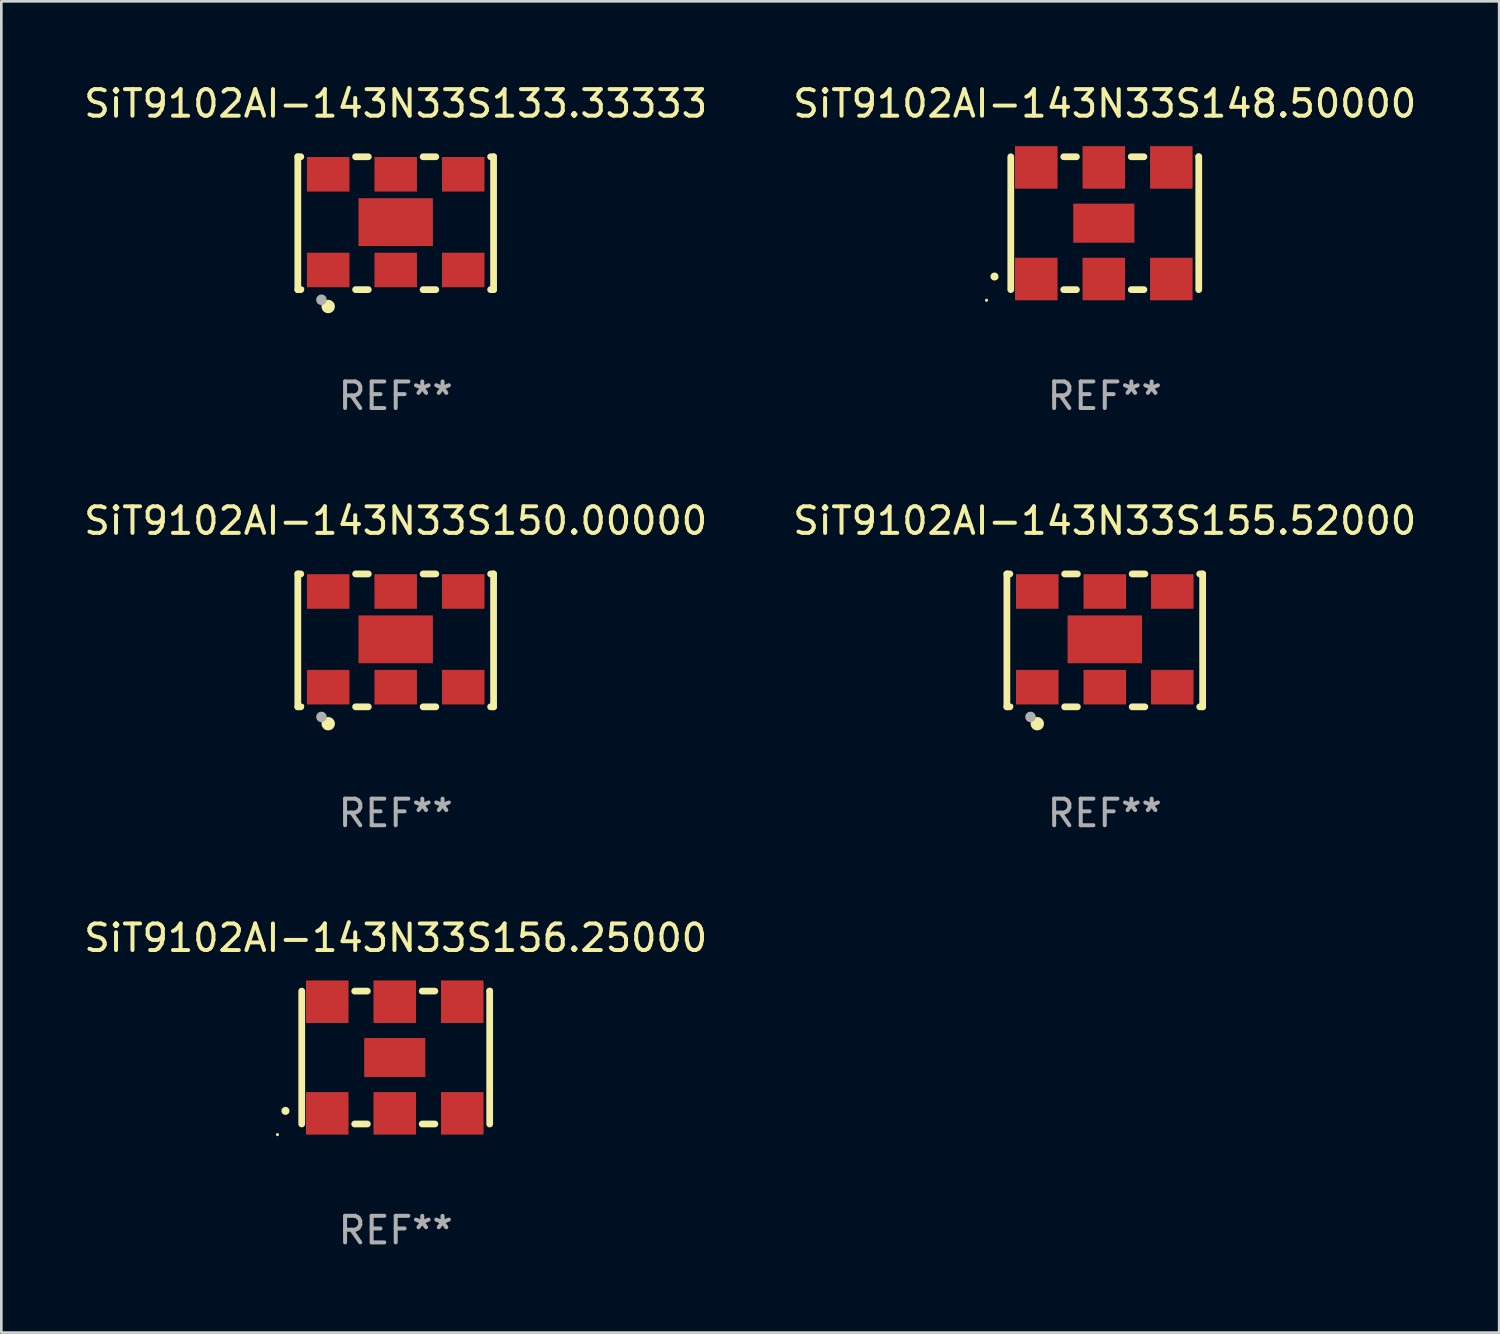
<source format=kicad_pcb>
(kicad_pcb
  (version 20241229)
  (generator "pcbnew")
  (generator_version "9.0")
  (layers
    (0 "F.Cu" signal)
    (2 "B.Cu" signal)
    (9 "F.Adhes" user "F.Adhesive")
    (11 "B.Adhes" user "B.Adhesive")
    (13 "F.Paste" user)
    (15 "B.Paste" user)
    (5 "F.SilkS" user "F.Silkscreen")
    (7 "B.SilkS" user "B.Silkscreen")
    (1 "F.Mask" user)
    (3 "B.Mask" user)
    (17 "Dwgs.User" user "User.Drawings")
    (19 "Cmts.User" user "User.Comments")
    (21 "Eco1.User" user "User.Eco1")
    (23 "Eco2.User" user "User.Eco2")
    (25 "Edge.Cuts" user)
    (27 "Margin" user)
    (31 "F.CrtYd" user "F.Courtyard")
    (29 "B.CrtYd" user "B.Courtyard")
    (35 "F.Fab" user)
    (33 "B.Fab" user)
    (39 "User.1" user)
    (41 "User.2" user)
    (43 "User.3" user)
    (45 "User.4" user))
  (footprint "SiT9102AI-143N33S156.25000"
    (layer "F.Cu")
    (at 11.839 36.741)
    (property "Reference" "SiT9102AI-143N33S156.25000" (at 0 -4.5 0) (layer "F.SilkS") (effects (font (size 1 1) (thickness 0.15))))
    (attr through_hole)
    (fp_line (start -3.536 -2.5) (end -3.536 2.5) (stroke (width 0.254) (type solid)) (layer "F.SilkS"))
    (fp_line (start -1.544 2.5) (end -1.067 2.5) (stroke (width 0.254) (type solid)) (layer "F.SilkS"))
    (fp_line (start -1.067 -2.5) (end -1.544 -2.5) (stroke (width 0.254) (type solid)) (layer "F.SilkS"))
    (fp_line (start 0.996 2.5) (end 1.473 2.5) (stroke (width 0.254) (type solid)) (layer "F.SilkS"))
    (fp_line (start 1.473 -2.5) (end 0.996 -2.5) (stroke (width 0.254) (type solid)) (layer "F.SilkS"))
    (fp_line (start 3.536 -2.5) (end 3.536 -2.5) (stroke (width 0.254) (type solid)) (layer "F.SilkS"))
    (fp_line (start 3.536 2.5) (end 3.536 -2.5) (stroke (width 0.254) (type solid)) (layer "F.SilkS"))
    (fp_arc (start -4.150432 2.006604) (mid -4.149162 2.006599) (end -4.147892 2.006604) (stroke (width 0.3) (type solid)) (layer "F.SilkS"))
    (fp_circle (center -4.449 2.9) (end -4.419 2.9) (stroke (width 0.06) (type solid)) (fill no) (layer "F.SilkS"))
    (fp_text user "REF**" (at 0 6.5 0) (layer "F.Fab") (effects (font (size 1 1) (thickness 0.15))))
    (pad "1" smd rect (at -2.576 2.1) (size 1.6 1.6) (layers "F.Cu" "F.Mask" "F.Paste"))
    (pad "2" smd rect (at -0.036 2.1) (size 1.6 1.6) (layers "F.Cu" "F.Mask" "F.Paste"))
    (pad "3" smd rect (at 2.504 2.1) (size 1.6 1.6) (layers "F.Cu" "F.Mask" "F.Paste"))
    (pad "4" smd rect (at 2.504 -2.1) (size 1.6 1.6) (layers "F.Cu" "F.Mask" "F.Paste"))
    (pad "5" smd rect (at -0.036 -2.1) (size 1.6 1.6) (layers "F.Cu" "F.Mask" "F.Paste"))
    (pad "6" smd rect (at -2.576 -2.1) (size 1.6 1.6) (layers "F.Cu" "F.Mask" "F.Paste"))
    (pad "7" smd rect (at -0.036 0) (size 2.3 1.47) (layers "F.Cu" "F.Mask" "F.Paste")))
  (footprint "SiT9102AI-143N33S150.00000"
    (layer "F.Cu")
    (at 11.839 21.045)
    (property "Reference" "SiT9102AI-143N33S150.00000" (at 0 -4.5 0) (layer "F.SilkS") (effects (font (size 1 1) (thickness 0.15))))
    (attr through_hole)
    (fp_line (start -3.683 -2.5) (end -3.571 -2.5) (stroke (width 0.254) (type solid)) (layer "F.SilkS"))
    (fp_line (start -3.683 2.5) (end -3.683 -2.5) (stroke (width 0.254) (type solid)) (layer "F.SilkS"))
    (fp_line (start -3.683 2.5) (end -3.571 2.5) (stroke (width 0.254) (type solid)) (layer "F.SilkS"))
    (fp_line (start -1.509 -2.5) (end -1.031 -2.5) (stroke (width 0.254) (type solid)) (layer "F.SilkS"))
    (fp_line (start -1.509 2.5) (end -1.031 2.5) (stroke (width 0.254) (type solid)) (layer "F.SilkS"))
    (fp_line (start 1.031 -2.5) (end 1.509 -2.5) (stroke (width 0.254) (type solid)) (layer "F.SilkS"))
    (fp_line (start 1.031 2.5) (end 1.509 2.5) (stroke (width 0.254) (type solid)) (layer "F.SilkS"))
    (fp_line (start 3.571 -2.5) (end 3.683 -2.5) (stroke (width 0.254) (type solid)) (layer "F.SilkS"))
    (fp_line (start 3.571 2.5) (end 3.683 2.5) (stroke (width 0.254) (type solid)) (layer "F.SilkS"))
    (fp_line (start 3.683 2.5) (end 3.683 -2.5) (stroke (width 0.254) (type solid)) (layer "F.SilkS"))
    (fp_circle (center -3.5 2.46) (end -3.47 2.46) (stroke (width 0.06) (type solid)) (fill no) (layer "F.SilkS"))
    (fp_circle (center -2.54 3.135) (end -2.413 3.135) (stroke (width 0.254) (type solid)) (fill no) (layer "F.SilkS"))
    (fp_circle (center -2.794 2.881) (end -2.694 2.881) (stroke (width 0.2) (type solid)) (fill no) (layer "F.Fab"))
    (fp_text user "REF**" (at 0 6.5 0) (layer "F.Fab") (effects (font (size 1 1) (thickness 0.15))))
    (pad "1" smd rect (at -2.54 1.76) (size 1.6 1.3) (layers "F.Cu" "F.Mask" "F.Paste"))
    (pad "2" smd rect (at 0 1.76) (size 1.6 1.3) (layers "F.Cu" "F.Mask" "F.Paste"))
    (pad "3" smd rect (at 2.54 1.76) (size 1.6 1.3) (layers "F.Cu" "F.Mask" "F.Paste"))
    (pad "4" smd rect (at 2.54 -1.84) (size 1.6 1.3) (layers "F.Cu" "F.Mask" "F.Paste"))
    (pad "5" smd rect (at 0 -1.84) (size 1.6 1.3) (layers "F.Cu" "F.Mask" "F.Paste"))
    (pad "6" smd rect (at -2.54 -1.84) (size 1.6 1.3) (layers "F.Cu" "F.Mask" "F.Paste"))
    (pad "7" smd rect (at 0 -0.04) (size 2.8 1.8) (layers "F.Cu" "F.Mask" "F.Paste")))
  (footprint "SiT9102AI-143N33S155.52000"
    (layer "F.Cu")
    (at 38.518 21.045)
    (property "Reference" "SiT9102AI-143N33S155.52000" (at 0 -4.5 0) (layer "F.SilkS") (effects (font (size 1 1) (thickness 0.15))))
    (attr through_hole)
    (fp_line (start -3.683 -2.5) (end -3.571 -2.5) (stroke (width 0.254) (type solid)) (layer "F.SilkS"))
    (fp_line (start -3.683 2.5) (end -3.683 -2.5) (stroke (width 0.254) (type solid)) (layer "F.SilkS"))
    (fp_line (start -3.683 2.5) (end -3.571 2.5) (stroke (width 0.254) (type solid)) (layer "F.SilkS"))
    (fp_line (start -1.509 -2.5) (end -1.031 -2.5) (stroke (width 0.254) (type solid)) (layer "F.SilkS"))
    (fp_line (start -1.509 2.5) (end -1.031 2.5) (stroke (width 0.254) (type solid)) (layer "F.SilkS"))
    (fp_line (start 1.031 -2.5) (end 1.509 -2.5) (stroke (width 0.254) (type solid)) (layer "F.SilkS"))
    (fp_line (start 1.031 2.5) (end 1.509 2.5) (stroke (width 0.254) (type solid)) (layer "F.SilkS"))
    (fp_line (start 3.571 -2.5) (end 3.683 -2.5) (stroke (width 0.254) (type solid)) (layer "F.SilkS"))
    (fp_line (start 3.571 2.5) (end 3.683 2.5) (stroke (width 0.254) (type solid)) (layer "F.SilkS"))
    (fp_line (start 3.683 2.5) (end 3.683 -2.5) (stroke (width 0.254) (type solid)) (layer "F.SilkS"))
    (fp_circle (center -3.5 2.46) (end -3.47 2.46) (stroke (width 0.06) (type solid)) (fill no) (layer "F.SilkS"))
    (fp_circle (center -2.54 3.135) (end -2.413 3.135) (stroke (width 0.254) (type solid)) (fill no) (layer "F.SilkS"))
    (fp_circle (center -2.794 2.881) (end -2.694 2.881) (stroke (width 0.2) (type solid)) (fill no) (layer "F.Fab"))
    (fp_text user "REF**" (at 0 6.5 0) (layer "F.Fab") (effects (font (size 1 1) (thickness 0.15))))
    (pad "1" smd rect (at -2.54 1.76) (size 1.6 1.3) (layers "F.Cu" "F.Mask" "F.Paste"))
    (pad "2" smd rect (at 0 1.76) (size 1.6 1.3) (layers "F.Cu" "F.Mask" "F.Paste"))
    (pad "3" smd rect (at 2.54 1.76) (size 1.6 1.3) (layers "F.Cu" "F.Mask" "F.Paste"))
    (pad "4" smd rect (at 2.54 -1.84) (size 1.6 1.3) (layers "F.Cu" "F.Mask" "F.Paste"))
    (pad "5" smd rect (at 0 -1.84) (size 1.6 1.3) (layers "F.Cu" "F.Mask" "F.Paste"))
    (pad "6" smd rect (at -2.54 -1.84) (size 1.6 1.3) (layers "F.Cu" "F.Mask" "F.Paste"))
    (pad "7" smd rect (at 0 -0.04) (size 2.8 1.8) (layers "F.Cu" "F.Mask" "F.Paste")))
  (footprint "SiT9102AI-143N33S133.33333"
    (layer "F.Cu")
    (at 11.839 5.348)
    (property "Reference" "SiT9102AI-143N33S133.33333" (at 0 -4.5 0) (layer "F.SilkS") (effects (font (size 1 1) (thickness 0.15))))
    (attr through_hole)
    (fp_line (start -3.683 -2.5) (end -3.571 -2.5) (stroke (width 0.254) (type solid)) (layer "F.SilkS"))
    (fp_line (start -3.683 2.5) (end -3.683 -2.5) (stroke (width 0.254) (type solid)) (layer "F.SilkS"))
    (fp_line (start -3.683 2.5) (end -3.571 2.5) (stroke (width 0.254) (type solid)) (layer "F.SilkS"))
    (fp_line (start -1.509 -2.5) (end -1.031 -2.5) (stroke (width 0.254) (type solid)) (layer "F.SilkS"))
    (fp_line (start -1.509 2.5) (end -1.031 2.5) (stroke (width 0.254) (type solid)) (layer "F.SilkS"))
    (fp_line (start 1.031 -2.5) (end 1.509 -2.5) (stroke (width 0.254) (type solid)) (layer "F.SilkS"))
    (fp_line (start 1.031 2.5) (end 1.509 2.5) (stroke (width 0.254) (type solid)) (layer "F.SilkS"))
    (fp_line (start 3.571 -2.5) (end 3.683 -2.5) (stroke (width 0.254) (type solid)) (layer "F.SilkS"))
    (fp_line (start 3.571 2.5) (end 3.683 2.5) (stroke (width 0.254) (type solid)) (layer "F.SilkS"))
    (fp_line (start 3.683 2.5) (end 3.683 -2.5) (stroke (width 0.254) (type solid)) (layer "F.SilkS"))
    (fp_circle (center -3.5 2.46) (end -3.47 2.46) (stroke (width 0.06) (type solid)) (fill no) (layer "F.SilkS"))
    (fp_circle (center -2.54 3.135) (end -2.413 3.135) (stroke (width 0.254) (type solid)) (fill no) (layer "F.SilkS"))
    (fp_circle (center -2.794 2.881) (end -2.694 2.881) (stroke (width 0.2) (type solid)) (fill no) (layer "F.Fab"))
    (fp_text user "REF**" (at 0 6.5 0) (layer "F.Fab") (effects (font (size 1 1) (thickness 0.15))))
    (pad "1" smd rect (at -2.54 1.76) (size 1.6 1.3) (layers "F.Cu" "F.Mask" "F.Paste"))
    (pad "2" smd rect (at 0 1.76) (size 1.6 1.3) (layers "F.Cu" "F.Mask" "F.Paste"))
    (pad "3" smd rect (at 2.54 1.76) (size 1.6 1.3) (layers "F.Cu" "F.Mask" "F.Paste"))
    (pad "4" smd rect (at 2.54 -1.84) (size 1.6 1.3) (layers "F.Cu" "F.Mask" "F.Paste"))
    (pad "5" smd rect (at 0 -1.84) (size 1.6 1.3) (layers "F.Cu" "F.Mask" "F.Paste"))
    (pad "6" smd rect (at -2.54 -1.84) (size 1.6 1.3) (layers "F.Cu" "F.Mask" "F.Paste"))
    (pad "7" smd rect (at 0 -0.04) (size 2.8 1.8) (layers "F.Cu" "F.Mask" "F.Paste")))
  (footprint "SiT9102AI-143N33S148.50000"
    (layer "F.Cu")
    (at 38.518 5.348)
    (property "Reference" "SiT9102AI-143N33S148.50000" (at 0 -4.5 0) (layer "F.SilkS") (effects (font (size 1 1) (thickness 0.15))))
    (attr through_hole)
    (fp_line (start -3.536 -2.5) (end -3.536 2.5) (stroke (width 0.254) (type solid)) (layer "F.SilkS"))
    (fp_line (start -1.544 2.5) (end -1.067 2.5) (stroke (width 0.254) (type solid)) (layer "F.SilkS"))
    (fp_line (start -1.067 -2.5) (end -1.544 -2.5) (stroke (width 0.254) (type solid)) (layer "F.SilkS"))
    (fp_line (start 0.996 2.5) (end 1.473 2.5) (stroke (width 0.254) (type solid)) (layer "F.SilkS"))
    (fp_line (start 1.473 -2.5) (end 0.996 -2.5) (stroke (width 0.254) (type solid)) (layer "F.SilkS"))
    (fp_line (start 3.536 -2.5) (end 3.536 -2.5) (stroke (width 0.254) (type solid)) (layer "F.SilkS"))
    (fp_line (start 3.536 2.5) (end 3.536 -2.5) (stroke (width 0.254) (type solid)) (layer "F.SilkS"))
    (fp_arc (start -4.150432 2.006604) (mid -4.149162 2.006599) (end -4.147892 2.006604) (stroke (width 0.3) (type solid)) (layer "F.SilkS"))
    (fp_circle (center -4.449 2.9) (end -4.419 2.9) (stroke (width 0.06) (type solid)) (fill no) (layer "F.SilkS"))
    (fp_text user "REF**" (at 0 6.5 0) (layer "F.Fab") (effects (font (size 1 1) (thickness 0.15))))
    (pad "1" smd rect (at -2.576 2.1) (size 1.6 1.6) (layers "F.Cu" "F.Mask" "F.Paste"))
    (pad "2" smd rect (at -0.036 2.1) (size 1.6 1.6) (layers "F.Cu" "F.Mask" "F.Paste"))
    (pad "3" smd rect (at 2.504 2.1) (size 1.6 1.6) (layers "F.Cu" "F.Mask" "F.Paste"))
    (pad "4" smd rect (at 2.504 -2.1) (size 1.6 1.6) (layers "F.Cu" "F.Mask" "F.Paste"))
    (pad "5" smd rect (at -0.036 -2.1) (size 1.6 1.6) (layers "F.Cu" "F.Mask" "F.Paste"))
    (pad "6" smd rect (at -2.576 -2.1) (size 1.6 1.6) (layers "F.Cu" "F.Mask" "F.Paste"))
    (pad "7" smd rect (at -0.036 0) (size 2.3 1.47) (layers "F.Cu" "F.Mask" "F.Paste")))
  (gr_rect
    (start -3 -3)
    (end 53.357 47.09)
    (stroke (width 0.1) (type default))
    (fill no)
    (layer "Edge.Cuts")))
</source>
